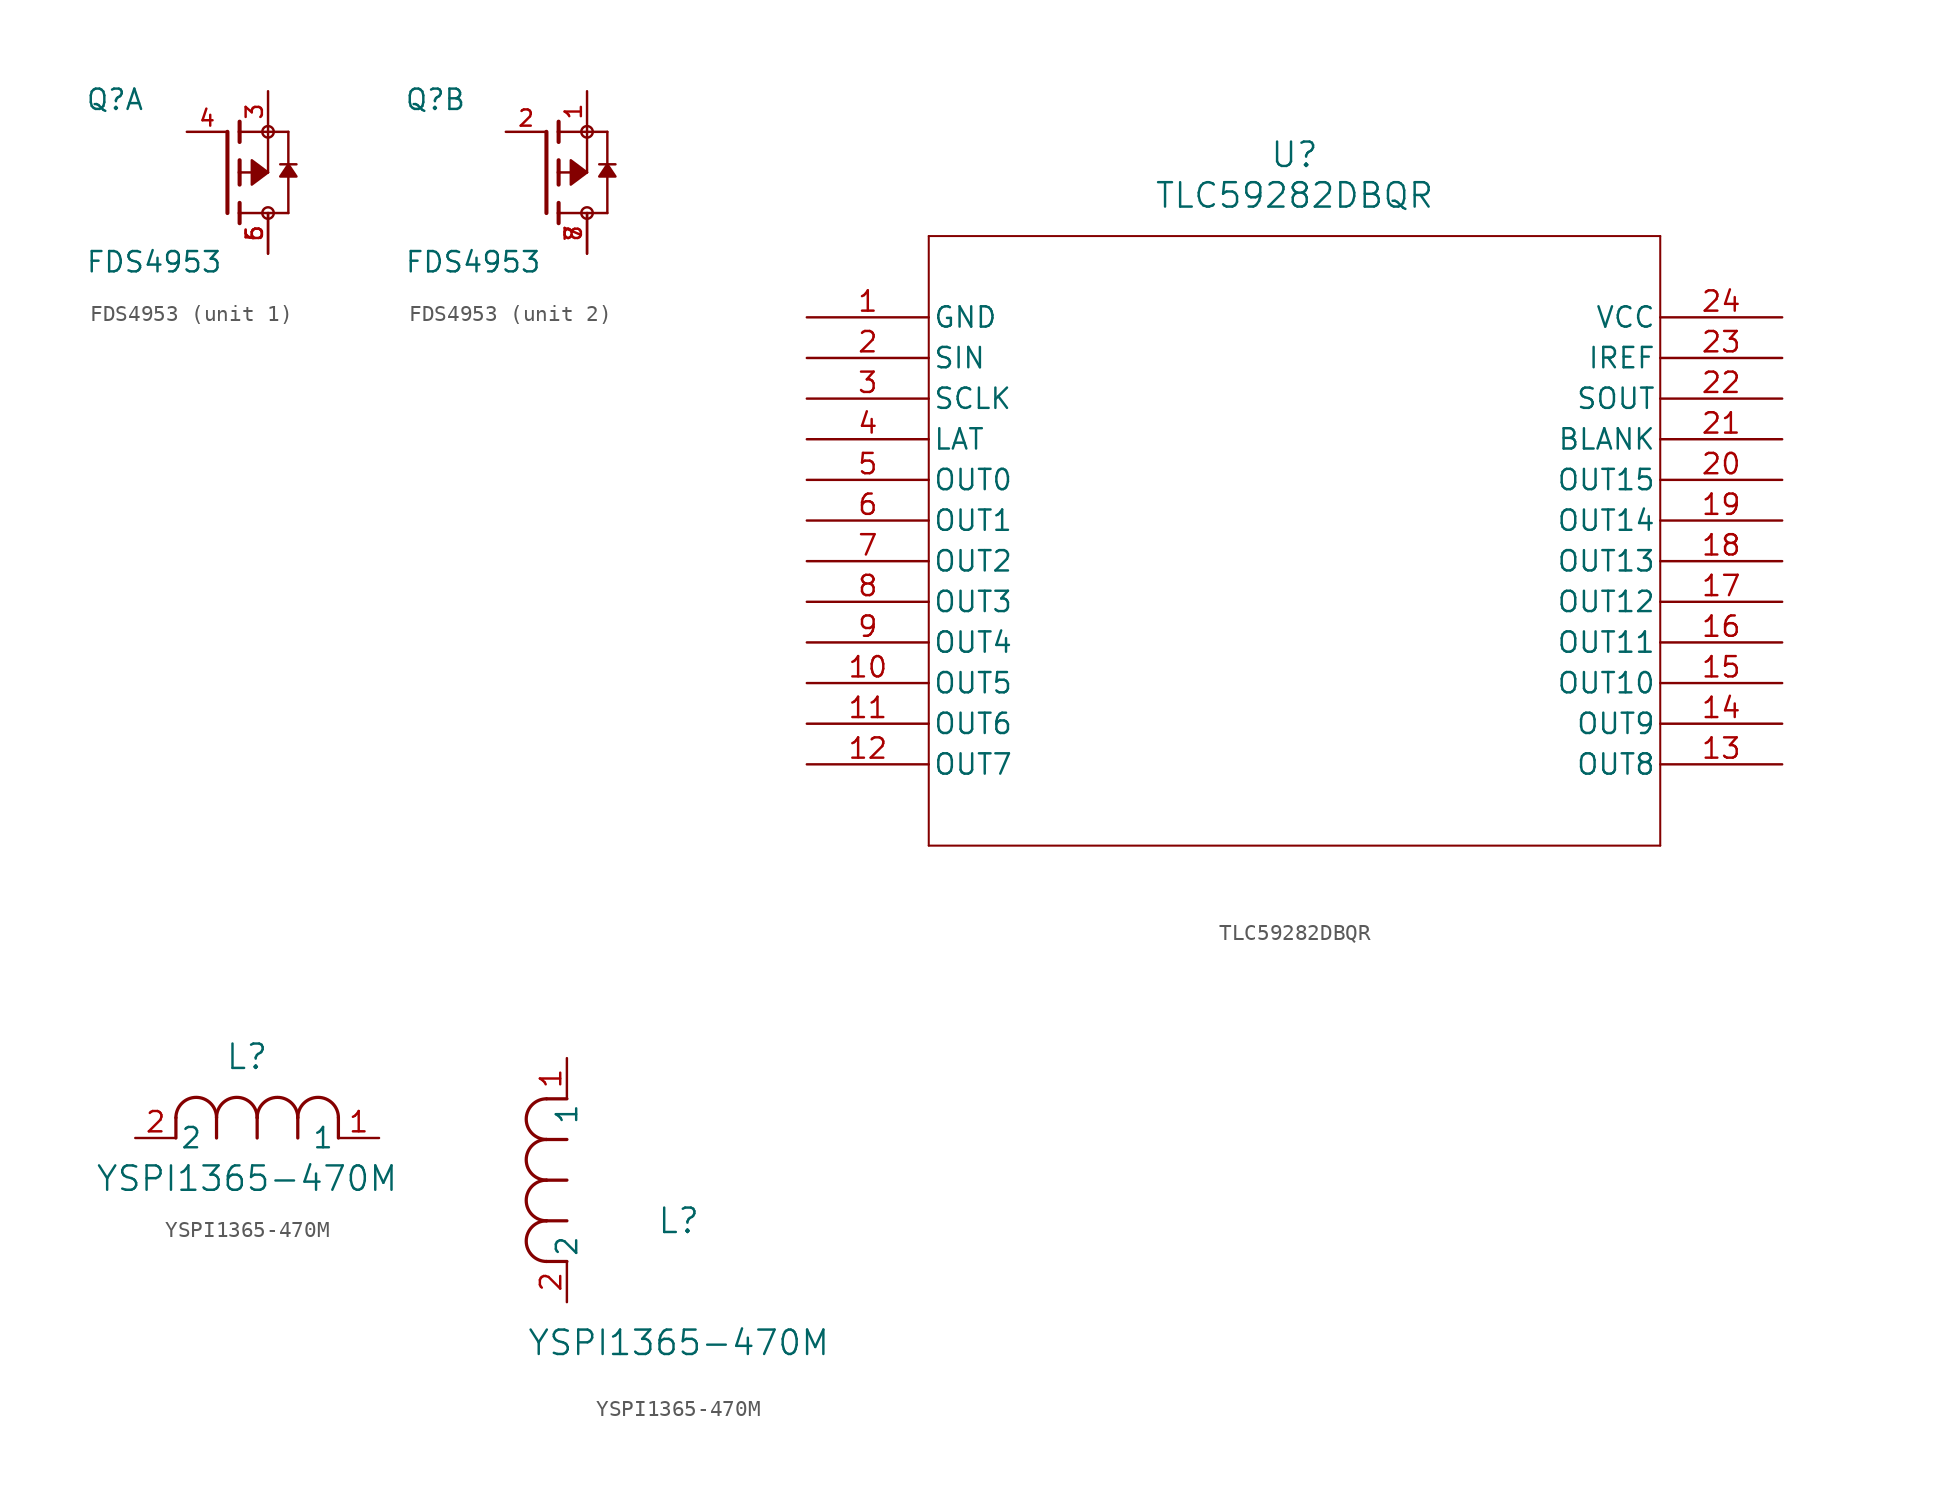
<source format=kicad_sym>
(kicad_symbol_lib
  (version 20211014)
  (generator kicad_symbol_editor)
  (symbol "FDS4953"
    (pin_names
      (offset 1.016))
    (property "Reference" "Q"
      (at -8.89 3.81 0)
      (effects (font (size 1.27 1.27)) (justify bottom left)))
    (property "Value" "FDS4953"
      (at -8.89 -6.35 0)
      (effects (font (size 1.27 1.27)) (justify bottom left)))
    (symbol "FDS4953_1_0"
      (polyline (pts (xy 0.762 -0.762) (xy 0.762 0.0)) (stroke (width 0.254)))
      (polyline (pts (xy 0.762 0.0) (xy 0.762 0.762)) (stroke (width 0.254)))
      (polyline (pts (xy 0.762 -3.175) (xy 0.762 -2.54)) (stroke (width 0.254)))
      (polyline (pts (xy 0.762 -2.54) (xy 0.762 -1.905)) (stroke (width 0.254)))
      (polyline (pts (xy 0.762 0.0) (xy 2.54 0.0)) (stroke (width 0.152)))
      (polyline (pts (xy 2.54 0.0) (xy 2.54 2.54)) (stroke (width 0.152)))
      (polyline (pts (xy 0.762 1.905) (xy 0.762 2.54)) (stroke (width 0.254)))
      (polyline (pts (xy 0.762 2.54) (xy 0.762 3.175)) (stroke (width 0.254)))
      (polyline (pts (xy 0.0 -2.54) (xy 0.0 2.54)) (stroke (width 0.254)))
      (polyline (pts (xy 2.54 2.54) (xy 0.762 2.54)) (stroke (width 0.152)))
      (polyline (pts (xy 3.81 -2.54) (xy 3.81 0.508)) (stroke (width 0.152)))
      (polyline (pts (xy 3.81 0.508) (xy 3.81 2.54)) (stroke (width 0.152)))
      (polyline (pts (xy 2.54 2.54) (xy 3.81 2.54)) (stroke (width 0.152)))
      (polyline (pts (xy 0.762 -2.54) (xy 3.81 -2.54)) (stroke (width 0.152)))
      (polyline (pts (xy 3.302 0.508) (xy 3.81 0.508)) (stroke (width 0.152)))
      (polyline (pts (xy 3.81 0.508) (xy 4.318 0.508)) (stroke (width 0.152)))
      (circle (center 2.54 2.54) (radius 0.359) (stroke (width 0.0)) (fill (type none)))
      (circle (center 2.54 -2.54) (radius 0.359) (stroke (width 0.0)) (fill (type none)))
      (polyline (pts (xy 3.81 0.508) (xy 4.318 -0.254) (xy 3.302 -0.254) (xy 3.81 0.508)) (stroke (width 0.152)) (fill (type outline)))
      (polyline (pts (xy 2.54 0.0) (xy 1.524 0.762) (xy 1.524 -0.762) (xy 2.54 0.0)) (stroke (width 0.152)) (fill (type outline)))
      (pin passive line (at 2.54 5.08 270.0) (length 2.54) (name "~" (effects (font (size 1.016 1.016)))) (number "3" (effects (font (size 1.016 1.016)))))
      (pin passive line (at -2.54 2.54 0) (length 2.54) (name "~" (effects (font (size 1.016 1.016)))) (number "4" (effects (font (size 1.016 1.016)))))
      (pin passive line (at 2.54 -5.08 90.0) (length 2.54) (name "~" (effects (font (size 1.016 1.016)))) (number "5" (effects (font (size 1.016 1.016)))))
      (pin passive line (at 2.54 -5.08 90.0) (length 2.54) (name "~" (effects (font (size 1.016 1.016)))) (number "6" (effects (font (size 1.016 1.016))))))
    (symbol "FDS4953_2_0"
      (polyline (pts (xy 0.762 -0.762) (xy 0.762 0.0)) (stroke (width 0.254)))
      (polyline (pts (xy 0.762 0.0) (xy 0.762 0.762)) (stroke (width 0.254)))
      (polyline (pts (xy 0.762 -3.175) (xy 0.762 -2.54)) (stroke (width 0.254)))
      (polyline (pts (xy 0.762 -2.54) (xy 0.762 -1.905)) (stroke (width 0.254)))
      (polyline (pts (xy 0.762 0.0) (xy 2.54 0.0)) (stroke (width 0.152)))
      (polyline (pts (xy 2.54 0.0) (xy 2.54 2.54)) (stroke (width 0.152)))
      (polyline (pts (xy 0.762 1.905) (xy 0.762 2.54)) (stroke (width 0.254)))
      (polyline (pts (xy 0.762 2.54) (xy 0.762 3.175)) (stroke (width 0.254)))
      (polyline (pts (xy 0.0 -2.54) (xy 0.0 2.54)) (stroke (width 0.254)))
      (polyline (pts (xy 2.54 2.54) (xy 0.762 2.54)) (stroke (width 0.152)))
      (polyline (pts (xy 3.81 -2.54) (xy 3.81 0.508)) (stroke (width 0.152)))
      (polyline (pts (xy 3.81 0.508) (xy 3.81 2.54)) (stroke (width 0.152)))
      (polyline (pts (xy 2.54 2.54) (xy 3.81 2.54)) (stroke (width 0.152)))
      (polyline (pts (xy 0.762 -2.54) (xy 3.81 -2.54)) (stroke (width 0.152)))
      (polyline (pts (xy 3.302 0.508) (xy 3.81 0.508)) (stroke (width 0.152)))
      (polyline (pts (xy 3.81 0.508) (xy 4.318 0.508)) (stroke (width 0.152)))
      (circle (center 2.54 2.54) (radius 0.359) (stroke (width 0.0)) (fill (type none)))
      (circle (center 2.54 -2.54) (radius 0.359) (stroke (width 0.0)) (fill (type none)))
      (polyline (pts (xy 3.81 0.508) (xy 4.318 -0.254) (xy 3.302 -0.254) (xy 3.81 0.508)) (stroke (width 0.152)) (fill (type outline)))
      (polyline (pts (xy 2.54 0.0) (xy 1.524 0.762) (xy 1.524 -0.762) (xy 2.54 0.0)) (stroke (width 0.152)) (fill (type outline)))
      (pin passive line (at 2.54 5.08 270.0) (length 2.54) (name "~" (effects (font (size 1.016 1.016)))) (number "1" (effects (font (size 1.016 1.016)))))
      (pin passive line (at -2.54 2.54 0) (length 2.54) (name "~" (effects (font (size 1.016 1.016)))) (number "2" (effects (font (size 1.016 1.016)))))
      (pin passive line (at 2.54 -5.08 90.0) (length 2.54) (name "~" (effects (font (size 1.016 1.016)))) (number "7" (effects (font (size 1.016 1.016)))))
      (pin passive line (at 2.54 -5.08 90.0) (length 2.54) (name "~" (effects (font (size 1.016 1.016)))) (number "8" (effects (font (size 1.016 1.016)))))))
  (symbol "TLC59282DBQR"
    (pin_names
      (offset 0.254))
    (property "Reference" "U"
      (at 30.48 10.16 0)
      (effects (font (size 1.524 1.524))))
    (property "Value" "TLC59282DBQR"
      (at 30.48 7.62 0)
      (effects (font (size 1.524 1.524))))
    (symbol "TLC59282DBQR_0_1"
      (polyline (pts (xy 7.62 5.08) (xy 7.62 -33.02)) (stroke (width 0.127) (type default) (color 0 0 0 0)) (fill (type none)))
      (polyline (pts (xy 7.62 -33.02) (xy 53.34 -33.02)) (stroke (width 0.127) (type default) (color 0 0 0 0)) (fill (type none)))
      (polyline (pts (xy 53.34 -33.02) (xy 53.34 5.08)) (stroke (width 0.127) (type default) (color 0 0 0 0)) (fill (type none)))
      (polyline (pts (xy 53.34 5.08) (xy 7.62 5.08)) (stroke (width 0.127) (type default) (color 0 0 0 0)) (fill (type none)))
      (pin power_in line (at 0 0 0) (length 7.62) (name "GND" (effects (font (size 1.27 1.27)))) (number "1" (effects (font (size 1.27 1.27)))))
      (pin input line (at 0 -2.54 0) (length 7.62) (name "SIN" (effects (font (size 1.27 1.27)))) (number "2" (effects (font (size 1.27 1.27)))))
      (pin input line (at 0 -5.08 0) (length 7.62) (name "SCLK" (effects (font (size 1.27 1.27)))) (number "3" (effects (font (size 1.27 1.27)))))
      (pin input line (at 0 -7.62 0) (length 7.62) (name "LAT" (effects (font (size 1.27 1.27)))) (number "4" (effects (font (size 1.27 1.27)))))
      (pin output line (at 0 -10.16 0) (length 7.62) (name "OUT0" (effects (font (size 1.27 1.27)))) (number "5" (effects (font (size 1.27 1.27)))))
      (pin output line (at 0 -12.7 0) (length 7.62) (name "OUT1" (effects (font (size 1.27 1.27)))) (number "6" (effects (font (size 1.27 1.27)))))
      (pin output line (at 0 -15.24 0) (length 7.62) (name "OUT2" (effects (font (size 1.27 1.27)))) (number "7" (effects (font (size 1.27 1.27)))))
      (pin output line (at 0 -17.78 0) (length 7.62) (name "OUT3" (effects (font (size 1.27 1.27)))) (number "8" (effects (font (size 1.27 1.27)))))
      (pin output line (at 0 -20.32 0) (length 7.62) (name "OUT4" (effects (font (size 1.27 1.27)))) (number "9" (effects (font (size 1.27 1.27)))))
      (pin output line (at 0 -22.86 0) (length 7.62) (name "OUT5" (effects (font (size 1.27 1.27)))) (number "10" (effects (font (size 1.27 1.27)))))
      (pin output line (at 0 -25.4 0) (length 7.62) (name "OUT6" (effects (font (size 1.27 1.27)))) (number "11" (effects (font (size 1.27 1.27)))))
      (pin output line (at 0 -27.94 0) (length 7.62) (name "OUT7" (effects (font (size 1.27 1.27)))) (number "12" (effects (font (size 1.27 1.27)))))
      (pin output line (at 60.96 -27.94 180) (length 7.62) (name "OUT8" (effects (font (size 1.27 1.27)))) (number "13" (effects (font (size 1.27 1.27)))))
      (pin output line (at 60.96 -25.4 180) (length 7.62) (name "OUT9" (effects (font (size 1.27 1.27)))) (number "14" (effects (font (size 1.27 1.27)))))
      (pin output line (at 60.96 -22.86 180) (length 7.62) (name "OUT10" (effects (font (size 1.27 1.27)))) (number "15" (effects (font (size 1.27 1.27)))))
      (pin output line (at 60.96 -20.32 180) (length 7.62) (name "OUT11" (effects (font (size 1.27 1.27)))) (number "16" (effects (font (size 1.27 1.27)))))
      (pin output line (at 60.96 -17.78 180) (length 7.62) (name "OUT12" (effects (font (size 1.27 1.27)))) (number "17" (effects (font (size 1.27 1.27)))))
      (pin output line (at 60.96 -15.24 180) (length 7.62) (name "OUT13" (effects (font (size 1.27 1.27)))) (number "18" (effects (font (size 1.27 1.27)))))
      (pin output line (at 60.96 -12.7 180) (length 7.62) (name "OUT14" (effects (font (size 1.27 1.27)))) (number "19" (effects (font (size 1.27 1.27)))))
      (pin output line (at 60.96 -10.16 180) (length 7.62) (name "OUT15" (effects (font (size 1.27 1.27)))) (number "20" (effects (font (size 1.27 1.27)))))
      (pin input line (at 60.96 -7.62 180) (length 7.62) (name "BLANK" (effects (font (size 1.27 1.27)))) (number "21" (effects (font (size 1.27 1.27)))))
      (pin output line (at 60.96 -5.08 180) (length 7.62) (name "SOUT" (effects (font (size 1.27 1.27)))) (number "22" (effects (font (size 1.27 1.27)))))
      (pin bidirectional line (at 60.96 -2.54 180) (length 7.62) (name "IREF" (effects (font (size 1.27 1.27)))) (number "23" (effects (font (size 1.27 1.27)))))
      (pin power_in line (at 60.96 0 180) (length 7.62) (name "VCC" (effects (font (size 1.27 1.27)))) (number "24" (effects (font (size 1.27 1.27)))))))
  (symbol "YSPI1365-470M"
    (pin_names
      (offset 0.254))
    (property "Reference" "L"
      (at 6.985 5.08 0)
      (effects (font (size 1.524 1.524))))
    (property "Value" "YSPI1365-470M"
      (at 6.985 -2.54 0)
      (effects (font (size 1.524 1.524))))
    (symbol "YSPI1365-470M_1_1"
      (arc (start 7.62 1.27) (mid 6.35 2.54) (end 5.08 1.27) (stroke (width 0.2032) (type default) (color 0 0 0 0)) (fill (type none)))
      (polyline (pts (xy 5.08 0) (xy 5.08 1.27)) (stroke (width 0.203) (type default) (color 0 0 0 0)) (fill (type none)))
      (polyline (pts (xy 7.62 0) (xy 7.62 1.27)) (stroke (width 0.203) (type default) (color 0 0 0 0)) (fill (type none)))
      (polyline (pts (xy 12.7 0) (xy 12.7 1.27)) (stroke (width 0.203) (type default) (color 0 0 0 0)) (fill (type none)))
      (arc (start 5.08 1.27) (mid 3.81 2.54) (end 2.54 1.27) (stroke (width 0.2032) (type default) (color 0 0 0 0)) (fill (type none)))
      (arc (start 10.16 1.27) (mid 8.89 2.54) (end 7.62 1.27) (stroke (width 0.2032) (type default) (color 0 0 0 0)) (fill (type none)))
      (arc (start 12.7 1.27) (mid 11.43 2.54) (end 10.16 1.27) (stroke (width 0.2032) (type default) (color 0 0 0 0)) (fill (type none)))
      (polyline (pts (xy 2.54 0) (xy 2.54 1.27)) (stroke (width 0.203) (type default) (color 0 0 0 0)) (fill (type none)))
      (polyline (pts (xy 10.16 0) (xy 10.16 1.27)) (stroke (width 0.203) (type default) (color 0 0 0 0)) (fill (type none)))
      (pin unspecified line (at 0 0 0) (length 2.54) (name "2" (effects (font (size 1.27 1.27)))) (number "2" (effects (font (size 1.27 1.27)))))
      (pin unspecified line (at 15.24 0 180) (length 2.54) (name "1" (effects (font (size 1.27 1.27)))) (number "1" (effects (font (size 1.27 1.27))))))
    (symbol "YSPI1365-470M_1_2"
      (arc (start -1.27 7.62) (mid -2.54 6.35) (end -1.27 5.08) (stroke (width 0.2032) (type default) (color 0 0 0 0)) (fill (type none)))
      (arc (start -1.27 5.08) (mid -2.54 3.81) (end -1.27 2.54) (stroke (width 0.2032) (type default) (color 0 0 0 0)) (fill (type none)))
      (arc (start -1.27 12.7) (mid -2.54 11.43) (end -1.27 10.16) (stroke (width 0.2032) (type default) (color 0 0 0 0)) (fill (type none)))
      (arc (start -1.27 10.16) (mid -2.54 8.89) (end -1.27 7.62) (stroke (width 0.2032) (type default) (color 0 0 0 0)) (fill (type none)))
      (polyline (pts (xy 0 7.62) (xy -1.27 7.62)) (stroke (width 0.203) (type default) (color 0 0 0 0)) (fill (type none)))
      (polyline (pts (xy 0 5.08) (xy -1.27 5.08)) (stroke (width 0.203) (type default) (color 0 0 0 0)) (fill (type none)))
      (polyline (pts (xy 0 12.7) (xy -1.27 12.7)) (stroke (width 0.203) (type default) (color 0 0 0 0)) (fill (type none)))
      (polyline (pts (xy 0 2.54) (xy -1.27 2.54)) (stroke (width 0.203) (type default) (color 0 0 0 0)) (fill (type none)))
      (polyline (pts (xy 0 10.16) (xy -1.27 10.16)) (stroke (width 0.203) (type default) (color 0 0 0 0)) (fill (type none)))
      (pin unspecified line (at 0 0 90) (length 2.54) (name "2" (effects (font (size 1.27 1.27)))) (number "2" (effects (font (size 1.27 1.27)))))
      (pin unspecified line (at 0 15.24 270) (length 2.54) (name "1" (effects (font (size 1.27 1.27)))) (number "1" (effects (font (size 1.27 1.27))))))))
</source>
